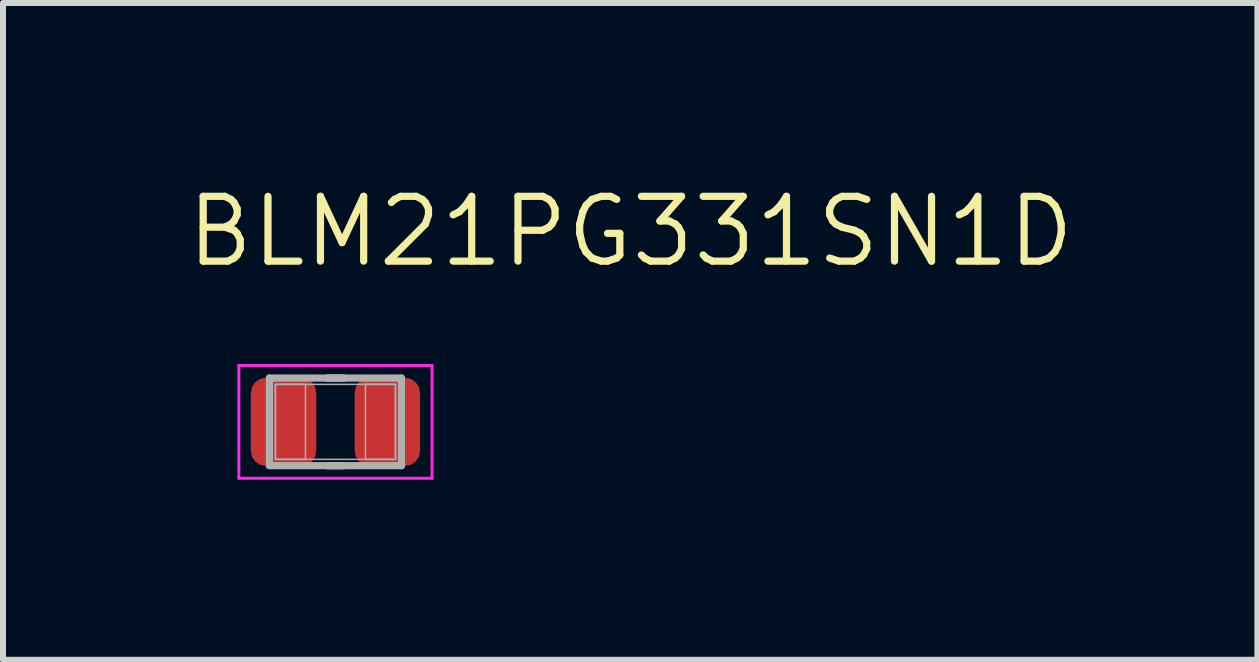
<source format=kicad_pcb>
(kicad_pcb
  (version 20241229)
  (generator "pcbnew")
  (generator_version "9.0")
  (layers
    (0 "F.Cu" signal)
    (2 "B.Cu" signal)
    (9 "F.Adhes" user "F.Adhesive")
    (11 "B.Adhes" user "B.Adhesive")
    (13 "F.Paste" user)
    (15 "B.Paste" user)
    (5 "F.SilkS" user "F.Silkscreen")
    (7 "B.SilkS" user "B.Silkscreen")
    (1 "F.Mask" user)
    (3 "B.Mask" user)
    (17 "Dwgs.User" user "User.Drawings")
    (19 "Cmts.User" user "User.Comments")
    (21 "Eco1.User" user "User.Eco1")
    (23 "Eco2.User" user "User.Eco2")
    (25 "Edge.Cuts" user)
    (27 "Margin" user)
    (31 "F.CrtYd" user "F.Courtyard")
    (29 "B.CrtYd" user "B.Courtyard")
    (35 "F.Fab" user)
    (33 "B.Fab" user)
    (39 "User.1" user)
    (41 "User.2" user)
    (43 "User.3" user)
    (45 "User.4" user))
  (footprint "BLM21PG331SN1D"
    (layer "F.Cu")
    (at 2.54 3.98)
    (property "Reference" "BLM21PG331SN1D" (at -2.54 -2.54 0) (layer "F.SilkS") (effects (font (size 1.08 1.08) (thickness 0.12)) (justify left bottom)))
    (fp_poly (pts (xy -0.53 -0.737) (xy -0.491 -0.728) (xy -0.454 -0.712) (xy -0.42 -0.691) (xy -0.39 -0.665) (xy -0.364 -0.635) (xy -0.343 -0.601) (xy -0.327 -0.564) (xy -0.318 -0.525) (xy -0.315 0.485) (xy -0.318 0.525) (xy -0.327 0.564) (xy -0.343 0.601) (xy -0.364 0.635) (xy -0.39 0.665) (xy -0.42 0.691) (xy -0.454 0.712) (xy -0.491 0.728) (xy -0.53 0.737) (xy -0.57 0.74) (xy -1.16 0.74) (xy -1.2 0.737) (xy -1.239 0.728) (xy -1.276 0.712) (xy -1.31 0.691) (xy -1.34 0.665) (xy -1.366 0.635) (xy -1.387 0.601) (xy -1.403 0.564) (xy -1.412 0.525) (xy -1.415 -0.485) (xy -1.412 -0.525) (xy -1.403 -0.564) (xy -1.387 -0.601) (xy -1.366 -0.635) (xy -1.34 -0.665) (xy -1.31 -0.691) (xy -1.276 -0.712) (xy -1.239 -0.728) (xy -1.2 -0.737) (xy -1.16 -0.74) (xy -0.57 -0.74)) (stroke (width 0) (type solid)) (fill yes) (layer "F.Mask"))
    (fp_poly (pts (xy 1.2 -0.737) (xy 1.239 -0.728) (xy 1.276 -0.712) (xy 1.31 -0.691) (xy 1.34 -0.665) (xy 1.366 -0.635) (xy 1.387 -0.601) (xy 1.403 -0.564) (xy 1.412 -0.525) (xy 1.415 0.485) (xy 1.412 0.525) (xy 1.403 0.564) (xy 1.387 0.601) (xy 1.366 0.635) (xy 1.34 0.665) (xy 1.31 0.691) (xy 1.276 0.712) (xy 1.239 0.728) (xy 1.2 0.737) (xy 1.16 0.74) (xy 0.57 0.74) (xy 0.53 0.737) (xy 0.491 0.728) (xy 0.454 0.712) (xy 0.42 0.691) (xy 0.39 0.665) (xy 0.364 0.635) (xy 0.343 0.601) (xy 0.327 0.564) (xy 0.318 0.525) (xy 0.315 -0.485) (xy 0.318 -0.525) (xy 0.327 -0.564) (xy 0.343 -0.601) (xy 0.364 -0.635) (xy 0.39 -0.665) (xy 0.42 -0.691) (xy 0.454 -0.712) (xy 0.491 -0.728) (xy 0.53 -0.737) (xy 0.57 -0.74) (xy 1.16 -0.74)) (stroke (width 0) (type solid)) (fill yes) (layer "F.Mask"))
    (fp_line (start -0.14 -0.73) (end 0.14 -0.73) (stroke (width 0.12) (type solid)) (layer "F.SilkS"))
    (fp_line (start -0.14 0.73) (end 0.14 0.73) (stroke (width 0.12) (type solid)) (layer "F.SilkS"))
    (fp_poly (pts (xy -0.53 -0.737) (xy -0.491 -0.728) (xy -0.454 -0.712) (xy -0.42 -0.691) (xy -0.39 -0.665) (xy -0.364 -0.635) (xy -0.343 -0.601) (xy -0.327 -0.564) (xy -0.318 -0.525) (xy -0.315 0.485) (xy -0.318 0.525) (xy -0.327 0.564) (xy -0.343 0.601) (xy -0.364 0.635) (xy -0.39 0.665) (xy -0.42 0.691) (xy -0.454 0.712) (xy -0.491 0.728) (xy -0.53 0.737) (xy -0.57 0.74) (xy -1.16 0.74) (xy -1.2 0.737) (xy -1.239 0.728) (xy -1.276 0.712) (xy -1.31 0.691) (xy -1.34 0.665) (xy -1.366 0.635) (xy -1.387 0.601) (xy -1.403 0.564) (xy -1.412 0.525) (xy -1.415 -0.485) (xy -1.412 -0.525) (xy -1.403 -0.564) (xy -1.387 -0.601) (xy -1.366 -0.635) (xy -1.34 -0.665) (xy -1.31 -0.691) (xy -1.276 -0.712) (xy -1.239 -0.728) (xy -1.2 -0.737) (xy -1.16 -0.74) (xy -0.57 -0.74)) (stroke (width 0) (type solid)) (fill yes) (layer "F.Paste"))
    (fp_poly (pts (xy 1.2 -0.737) (xy 1.239 -0.728) (xy 1.276 -0.712) (xy 1.31 -0.691) (xy 1.34 -0.665) (xy 1.366 -0.635) (xy 1.387 -0.601) (xy 1.403 -0.564) (xy 1.412 -0.525) (xy 1.415 0.485) (xy 1.412 0.525) (xy 1.403 0.564) (xy 1.387 0.601) (xy 1.366 0.635) (xy 1.34 0.665) (xy 1.31 0.691) (xy 1.276 0.712) (xy 1.239 0.728) (xy 1.2 0.737) (xy 1.16 0.74) (xy 0.57 0.74) (xy 0.53 0.737) (xy 0.491 0.728) (xy 0.454 0.712) (xy 0.42 0.691) (xy 0.39 0.665) (xy 0.364 0.635) (xy 0.343 0.601) (xy 0.327 0.564) (xy 0.318 0.525) (xy 0.315 -0.485) (xy 0.318 -0.525) (xy 0.327 -0.564) (xy 0.343 -0.601) (xy 0.364 -0.635) (xy 0.39 -0.665) (xy 0.42 -0.691) (xy 0.454 -0.712) (xy 0.491 -0.728) (xy 0.53 -0.737) (xy 0.57 -0.74) (xy 1.16 -0.74)) (stroke (width 0) (type solid)) (fill yes) (layer "F.Paste"))
    (fp_line (start -1.61 -0.94) (end 1.61 -0.94) (stroke (width 0.05) (type solid)) (layer "F.CrtYd"))
    (fp_line (start -1.61 0.94) (end -1.61 -0.94) (stroke (width 0.05) (type solid)) (layer "F.CrtYd"))
    (fp_line (start 1.61 -0.94) (end 1.61 0.94) (stroke (width 0.05) (type solid)) (layer "F.CrtYd"))
    (fp_line (start 1.61 0.94) (end -1.61 0.94) (stroke (width 0.05) (type solid)) (layer "F.CrtYd"))
    (fp_line (start -1.1 -0.73) (end 1.1 -0.73) (stroke (width 0.12) (type solid)) (layer "F.Fab"))
    (fp_line (start -1.1 0.73) (end -1.1 -0.73) (stroke (width 0.12) (type solid)) (layer "F.Fab"))
    (fp_line (start -1 -0.625) (end -0.5 -0.625) (stroke (width 0.025) (type solid)) (layer "F.Fab"))
    (fp_line (start -1 -0.625) (end 1 -0.625) (stroke (width 0.025) (type solid)) (layer "F.Fab"))
    (fp_line (start -1 0.625) (end -1 -0.625) (stroke (width 0.025) (type solid)) (layer "F.Fab"))
    (fp_line (start -1 0.625) (end -1 -0.625) (stroke (width 0.025) (type solid)) (layer "F.Fab"))
    (fp_line (start -0.5 -0.625) (end -0.5 0.625) (stroke (width 0.025) (type solid)) (layer "F.Fab"))
    (fp_line (start -0.5 0.625) (end -1 0.625) (stroke (width 0.025) (type solid)) (layer "F.Fab"))
    (fp_line (start 0.5 -0.625) (end 1 -0.625) (stroke (width 0.025) (type solid)) (layer "F.Fab"))
    (fp_line (start 0.5 0.625) (end 0.5 -0.625) (stroke (width 0.025) (type solid)) (layer "F.Fab"))
    (fp_line (start 1 -0.625) (end 1 0.625) (stroke (width 0.025) (type solid)) (layer "F.Fab"))
    (fp_line (start 1 -0.625) (end 1 0.625) (stroke (width 0.025) (type solid)) (layer "F.Fab"))
    (fp_line (start 1 0.625) (end -1 0.625) (stroke (width 0.025) (type solid)) (layer "F.Fab"))
    (fp_line (start 1 0.625) (end 0.5 0.625) (stroke (width 0.025) (type solid)) (layer "F.Fab"))
    (fp_line (start 1.1 -0.73) (end 1.1 0.73) (stroke (width 0.12) (type solid)) (layer "F.Fab"))
    (fp_line (start 1.1 0.73) (end -1.1 0.73) (stroke (width 0.12) (type solid)) (layer "F.Fab"))
    (pad "1" smd roundrect (at -0.865 0 180) (size 1.09 1.47) (layers "F.Cu") (roundrect_rratio 0.23))
    (pad "2" smd roundrect (at 0.865 0) (size 1.09 1.47) (layers "F.Cu") (roundrect_rratio 0.23)))
  (gr_rect
    (start -3 -3)
    (end 17.904 7.945)
    (stroke (width 0.1) (type default))
    (fill no)
    (layer "Edge.Cuts")))
</source>
